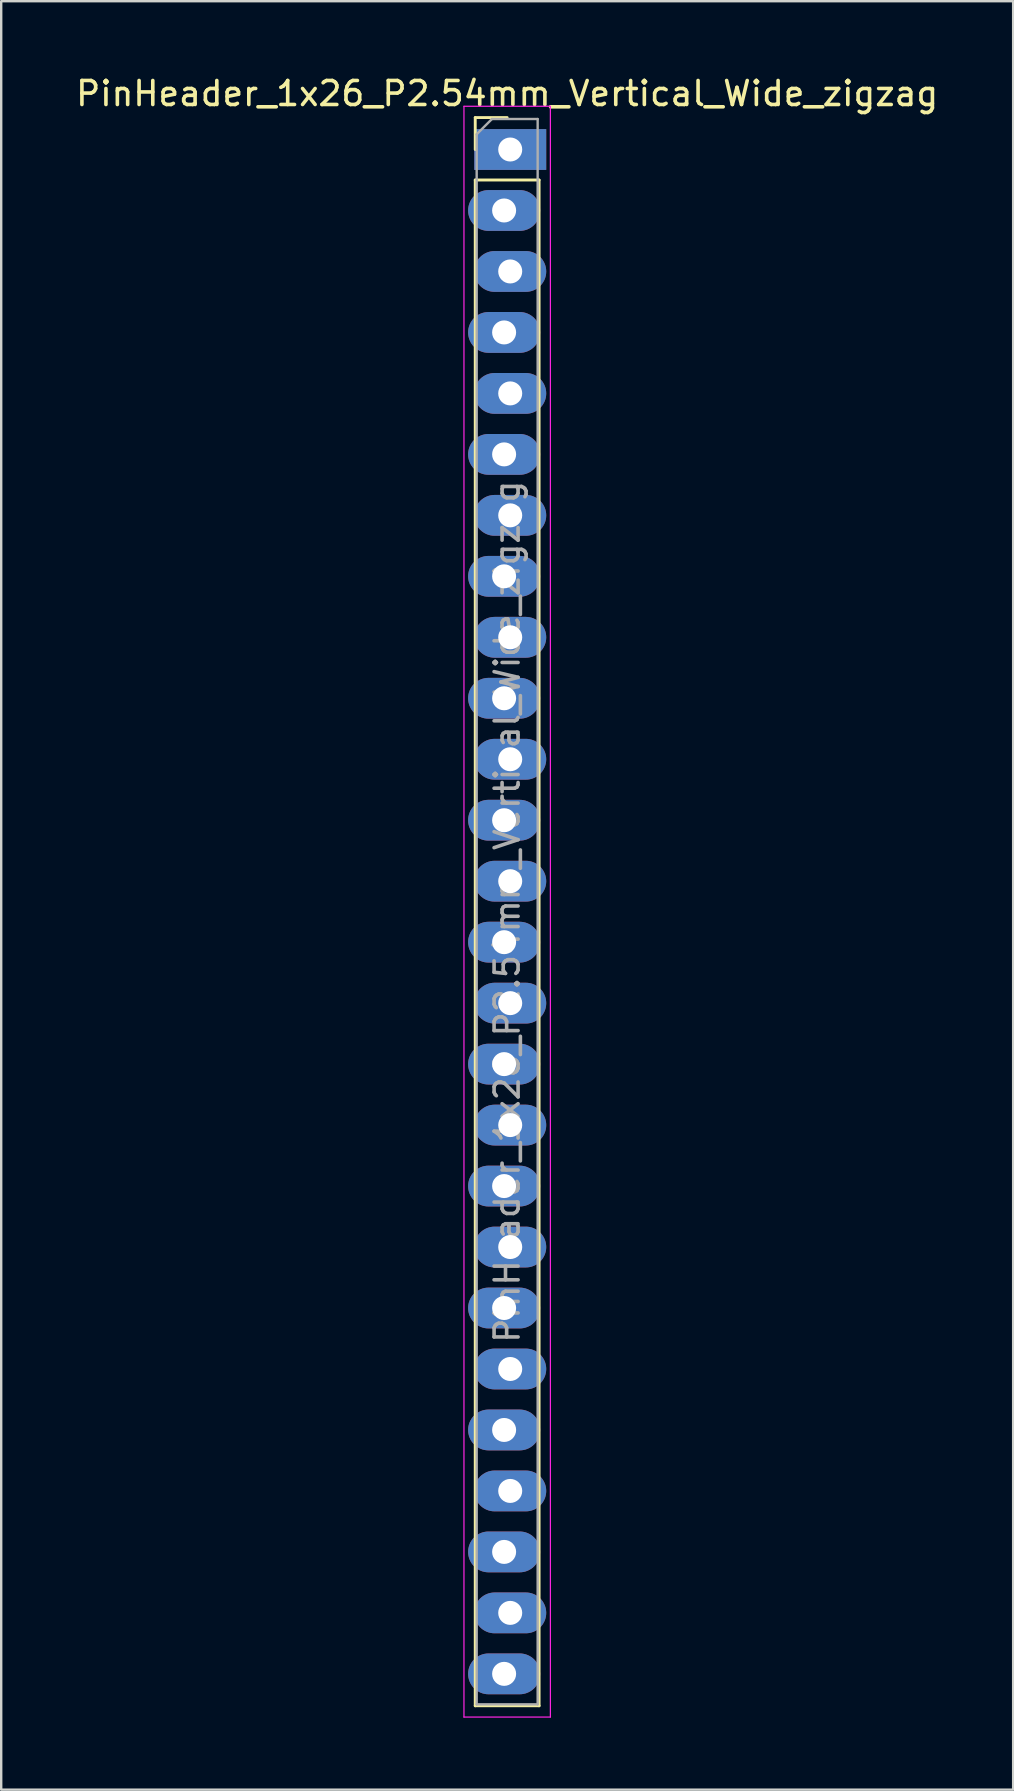
<source format=kicad_pcb>
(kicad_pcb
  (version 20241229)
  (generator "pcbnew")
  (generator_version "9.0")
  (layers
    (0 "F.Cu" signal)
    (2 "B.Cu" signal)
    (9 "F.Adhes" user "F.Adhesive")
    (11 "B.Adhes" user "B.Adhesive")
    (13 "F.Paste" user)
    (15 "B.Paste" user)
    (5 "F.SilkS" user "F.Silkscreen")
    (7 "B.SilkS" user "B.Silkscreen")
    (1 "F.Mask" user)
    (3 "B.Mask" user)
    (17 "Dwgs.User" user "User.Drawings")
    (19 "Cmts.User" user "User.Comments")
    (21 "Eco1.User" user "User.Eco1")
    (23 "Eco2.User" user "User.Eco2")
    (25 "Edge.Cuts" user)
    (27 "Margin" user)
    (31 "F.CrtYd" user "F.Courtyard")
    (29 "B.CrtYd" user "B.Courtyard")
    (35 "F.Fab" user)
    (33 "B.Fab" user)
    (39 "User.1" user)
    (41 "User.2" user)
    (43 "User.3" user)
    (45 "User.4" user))
  (footprint "PinHeader_1x26_P2.54mm_Vertical_Wide_zigzag"
    (layer "F.Cu")
    (at 18.077 3.178)
    (property "Reference" "PinHeader_1x26_P2.54mm_Vertical_Wide_zigzag" (at 0 -2.33 0) (layer "F.SilkS") (effects (font (size 1 1) (thickness 0.15))))
    (attr through_hole)
    (fp_line (start -1.33 -1.33) (end 0 -1.33) (stroke (width 0.12) (type solid)) (layer "F.SilkS"))
    (fp_line (start -1.33 0) (end -1.33 -1.33) (stroke (width 0.12) (type solid)) (layer "F.SilkS"))
    (fp_line (start -1.33 1.27) (end -1.33 64.83) (stroke (width 0.12) (type solid)) (layer "F.SilkS"))
    (fp_line (start -1.33 1.27) (end 1.33 1.27) (stroke (width 0.12) (type solid)) (layer "F.SilkS"))
    (fp_line (start -1.33 64.83) (end 1.33 64.83) (stroke (width 0.12) (type solid)) (layer "F.SilkS"))
    (fp_line (start 1.33 1.27) (end 1.33 64.83) (stroke (width 0.12) (type solid)) (layer "F.SilkS"))
    (fp_line (start -1.8 -1.8) (end -1.8 65.3) (stroke (width 0.05) (type solid)) (layer "F.CrtYd"))
    (fp_line (start -1.8 65.3) (end 1.8 65.3) (stroke (width 0.05) (type solid)) (layer "F.CrtYd"))
    (fp_line (start 1.8 -1.8) (end -1.8 -1.8) (stroke (width 0.05) (type solid)) (layer "F.CrtYd"))
    (fp_line (start 1.8 65.3) (end 1.8 -1.8) (stroke (width 0.05) (type solid)) (layer "F.CrtYd"))
    (fp_line (start -1.27 -0.635) (end -0.635 -1.27) (stroke (width 0.1) (type solid)) (layer "F.Fab"))
    (fp_line (start -1.27 64.77) (end -1.27 -0.635) (stroke (width 0.1) (type solid)) (layer "F.Fab"))
    (fp_line (start -0.635 -1.27) (end 1.27 -1.27) (stroke (width 0.1) (type solid)) (layer "F.Fab"))
    (fp_line (start 1.27 -1.27) (end 1.27 64.77) (stroke (width 0.1) (type solid)) (layer "F.Fab"))
    (fp_line (start 1.27 64.77) (end -1.27 64.77) (stroke (width 0.1) (type solid)) (layer "F.Fab"))
    (fp_text user "${REFERENCE}" (at 0 31.75 90) (layer "F.Fab") (effects (font (size 1 1) (thickness 0.15))))
    (pad "1" thru_hole rect (at 0.127 0) (size 3 1.7) (drill 1) (layers "*.Cu" "*.Mask"))
    (pad "2" thru_hole oval (at -0.127 2.54) (size 3 1.7) (drill 1) (layers "*.Cu" "*.Mask"))
    (pad "3" thru_hole oval (at 0.127 5.08) (size 3 1.7) (drill 1) (layers "*.Cu" "*.Mask"))
    (pad "4" thru_hole oval (at -0.127 7.62) (size 3 1.7) (drill 1) (layers "*.Cu" "*.Mask"))
    (pad "5" thru_hole oval (at 0.127 10.16) (size 3 1.7) (drill 1) (layers "*.Cu" "*.Mask"))
    (pad "6" thru_hole oval (at -0.127 12.7) (size 3 1.7) (drill 1) (layers "*.Cu" "*.Mask"))
    (pad "7" thru_hole oval (at 0.127 15.24) (size 3 1.7) (drill 1) (layers "*.Cu" "*.Mask"))
    (pad "8" thru_hole oval (at -0.127 17.78) (size 3 1.7) (drill 1) (layers "*.Cu" "*.Mask"))
    (pad "9" thru_hole oval (at 0.127 20.32) (size 3 1.7) (drill 1) (layers "*.Cu" "*.Mask"))
    (pad "10" thru_hole oval (at -0.127 22.86) (size 3 1.7) (drill 1) (layers "*.Cu" "*.Mask"))
    (pad "11" thru_hole oval (at 0.127 25.4) (size 3 1.7) (drill 1) (layers "*.Cu" "*.Mask"))
    (pad "12" thru_hole oval (at -0.127 27.94) (size 3 1.7) (drill 1) (layers "*.Cu" "*.Mask"))
    (pad "13" thru_hole oval (at 0.127 30.48) (size 3 1.7) (drill 1) (layers "*.Cu" "*.Mask"))
    (pad "14" thru_hole oval (at -0.127 33.02) (size 3 1.7) (drill 1) (layers "*.Cu" "*.Mask"))
    (pad "15" thru_hole oval (at 0.127 35.56) (size 3 1.7) (drill 1) (layers "*.Cu" "*.Mask"))
    (pad "16" thru_hole oval (at -0.127 38.1) (size 3 1.7) (drill 1) (layers "*.Cu" "*.Mask"))
    (pad "17" thru_hole oval (at 0.127 40.64) (size 3 1.7) (drill 1) (layers "*.Cu" "*.Mask"))
    (pad "18" thru_hole oval (at -0.127 43.18) (size 3 1.7) (drill 1) (layers "*.Cu" "*.Mask"))
    (pad "19" thru_hole oval (at 0.127 45.72) (size 3 1.7) (drill 1) (layers "*.Cu" "*.Mask"))
    (pad "20" thru_hole oval (at -0.127 48.26) (size 3 1.7) (drill 1) (layers "*.Cu" "*.Mask"))
    (pad "21" thru_hole oval (at 0.127 50.8) (size 3 1.7) (drill 1) (layers "*.Cu" "*.Mask"))
    (pad "22" thru_hole oval (at -0.127 53.34) (size 3 1.7) (drill 1) (layers "*.Cu" "*.Mask"))
    (pad "23" thru_hole oval (at 0.127 55.88) (size 3 1.7) (drill 1) (layers "*.Cu" "*.Mask"))
    (pad "24" thru_hole oval (at -0.127 58.42) (size 3 1.7) (drill 1) (layers "*.Cu" "*.Mask"))
    (pad "25" thru_hole oval (at 0.127 60.96) (size 3 1.7) (drill 1) (layers "*.Cu" "*.Mask"))
    (pad "26" thru_hole oval (at -0.127 63.5) (size 3 1.7) (drill 1) (layers "*.Cu" "*.Mask")))
  (gr_rect
    (start -3 -3)
    (end 39.155 71.503)
    (stroke (width 0.1) (type default))
    (fill no)
    (layer "Edge.Cuts")))
</source>
